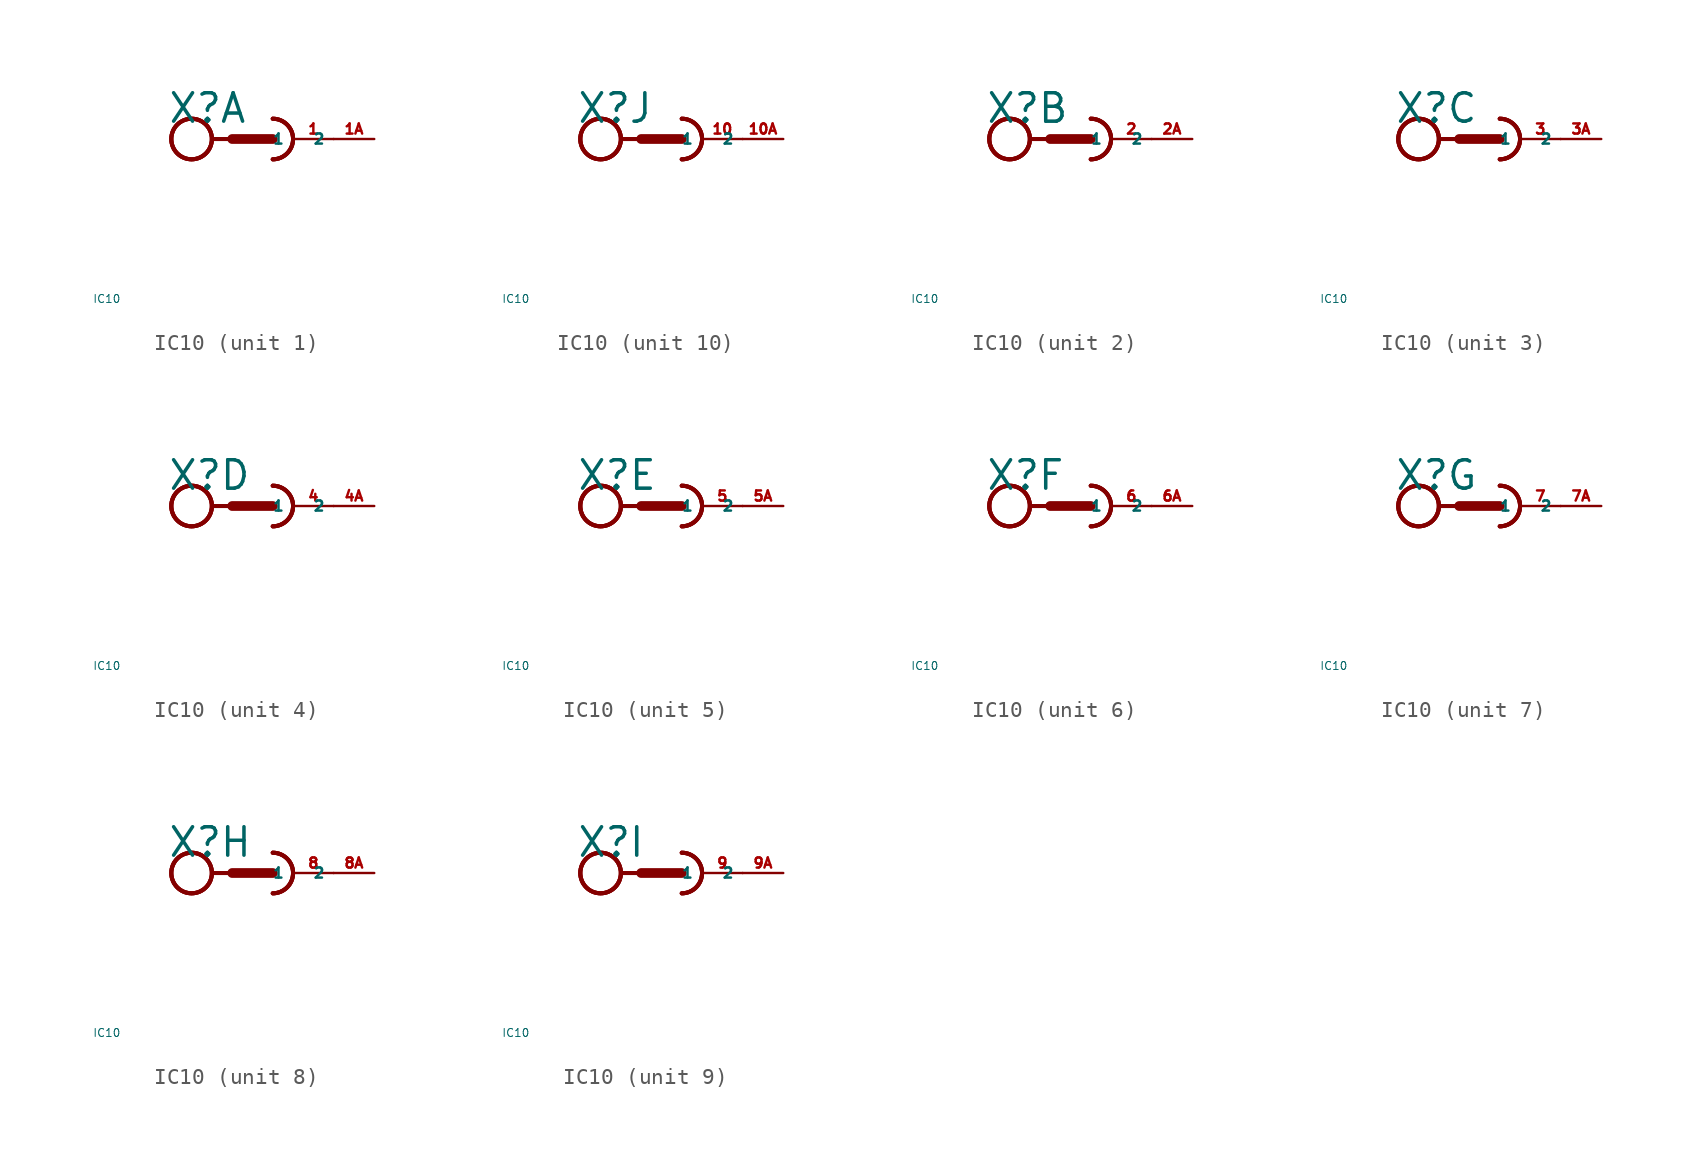
<source format=kicad_sym>
(kicad_symbol_lib
  (version 20220914)
  (generator Eagle2Kicad)
  (symbol "IC10"
    (property "Reference" "X"
      (at -5.334 0.889 0)
      (effects (font (size 1.778 1.778) (thickness 0.22)) (justify left bottom)))
    (property "Value" "IC10"
      (at -10 -10 0)
      (effects (font (size 0.5 0.5) (thickness 0.06)) (justify left)))
    (symbol "IC10_1_0"
      (arc (start 1.27 -1.27) (mid 2.540 0.000) (end 1.27 1.27) (stroke (width 0.254) (type default)) (fill (type none)))
      (arc (start 1.27 -1.27) (mid 2.540 0.000) (end 1.27 1.27) (stroke (width 0.254) (type default)) (fill (type none)))
      (polyline (pts (xy -2.54 0) (xy -1.27 0)) (stroke (width 0.254) (type default)) (fill (type none)))
      (polyline (pts (xy -1.27 0) (xy 1.27 0)) (stroke (width 0.61) (type default)) (fill (type none)))
      (arc (start 1.27 -1.27) (mid 2.540 0.000) (end 1.27 1.27) (stroke (width 0.254) (type default)) (fill (type none)))
      (circle (center -3.81 0) (radius 1.27) (stroke (width 0.254) (type default)) (fill (type none)))
      (circle (center -3.81 0) (radius 1.27) (stroke (width 0.254) (type default)) (fill (type none)))
      (circle (center -3.81 0) (radius 1.27) (stroke (width 0.254) (type default)) (fill (type none)))
      (pin passive line (at 5.08 0 180) (length 2.54) (name "1" (effects (font (size 0.635 0.635) (thickness 0.08)) (justify left bottom))) (number "1" (effects (font (size 0.635 0.635) (thickness 0.08)) (justify left bottom))))
      (pin passive line (at 7.62 0 180) (length 2.54) (name "2" (effects (font (size 0.635 0.635) (thickness 0.08)) (justify left bottom))) (number "1A" (effects (font (size 0.635 0.635) (thickness 0.08)) (justify left bottom)))))
    (symbol "IC10_2_0"
      (arc (start 1.27 -1.27) (mid 2.540 0.000) (end 1.27 1.27) (stroke (width 0.254) (type default)) (fill (type none)))
      (arc (start 1.27 -1.27) (mid 2.540 0.000) (end 1.27 1.27) (stroke (width 0.254) (type default)) (fill (type none)))
      (polyline (pts (xy -2.54 0) (xy -1.27 0)) (stroke (width 0.254) (type default)) (fill (type none)))
      (polyline (pts (xy -1.27 0) (xy 1.27 0)) (stroke (width 0.61) (type default)) (fill (type none)))
      (arc (start 1.27 -1.27) (mid 2.540 0.000) (end 1.27 1.27) (stroke (width 0.254) (type default)) (fill (type none)))
      (circle (center -3.81 0) (radius 1.27) (stroke (width 0.254) (type default)) (fill (type none)))
      (circle (center -3.81 0) (radius 1.27) (stroke (width 0.254) (type default)) (fill (type none)))
      (circle (center -3.81 0) (radius 1.27) (stroke (width 0.254) (type default)) (fill (type none)))
      (pin passive line (at 5.08 0 180) (length 2.54) (name "1" (effects (font (size 0.635 0.635) (thickness 0.08)) (justify left bottom))) (number "2" (effects (font (size 0.635 0.635) (thickness 0.08)) (justify left bottom))))
      (pin passive line (at 7.62 0 180) (length 2.54) (name "2" (effects (font (size 0.635 0.635) (thickness 0.08)) (justify left bottom))) (number "2A" (effects (font (size 0.635 0.635) (thickness 0.08)) (justify left bottom)))))
    (symbol "IC10_3_0"
      (arc (start 1.27 -1.27) (mid 2.540 0.000) (end 1.27 1.27) (stroke (width 0.254) (type default)) (fill (type none)))
      (arc (start 1.27 -1.27) (mid 2.540 0.000) (end 1.27 1.27) (stroke (width 0.254) (type default)) (fill (type none)))
      (polyline (pts (xy -2.54 0) (xy -1.27 0)) (stroke (width 0.254) (type default)) (fill (type none)))
      (polyline (pts (xy -1.27 0) (xy 1.27 0)) (stroke (width 0.61) (type default)) (fill (type none)))
      (arc (start 1.27 -1.27) (mid 2.540 0.000) (end 1.27 1.27) (stroke (width 0.254) (type default)) (fill (type none)))
      (circle (center -3.81 0) (radius 1.27) (stroke (width 0.254) (type default)) (fill (type none)))
      (circle (center -3.81 0) (radius 1.27) (stroke (width 0.254) (type default)) (fill (type none)))
      (circle (center -3.81 0) (radius 1.27) (stroke (width 0.254) (type default)) (fill (type none)))
      (pin passive line (at 5.08 0 180) (length 2.54) (name "1" (effects (font (size 0.635 0.635) (thickness 0.08)) (justify left bottom))) (number "3" (effects (font (size 0.635 0.635) (thickness 0.08)) (justify left bottom))))
      (pin passive line (at 7.62 0 180) (length 2.54) (name "2" (effects (font (size 0.635 0.635) (thickness 0.08)) (justify left bottom))) (number "3A" (effects (font (size 0.635 0.635) (thickness 0.08)) (justify left bottom)))))
    (symbol "IC10_4_0"
      (arc (start 1.27 -1.27) (mid 2.540 0.000) (end 1.27 1.27) (stroke (width 0.254) (type default)) (fill (type none)))
      (arc (start 1.27 -1.27) (mid 2.540 0.000) (end 1.27 1.27) (stroke (width 0.254) (type default)) (fill (type none)))
      (polyline (pts (xy -2.54 0) (xy -1.27 0)) (stroke (width 0.254) (type default)) (fill (type none)))
      (polyline (pts (xy -1.27 0) (xy 1.27 0)) (stroke (width 0.61) (type default)) (fill (type none)))
      (arc (start 1.27 -1.27) (mid 2.540 0.000) (end 1.27 1.27) (stroke (width 0.254) (type default)) (fill (type none)))
      (circle (center -3.81 0) (radius 1.27) (stroke (width 0.254) (type default)) (fill (type none)))
      (circle (center -3.81 0) (radius 1.27) (stroke (width 0.254) (type default)) (fill (type none)))
      (circle (center -3.81 0) (radius 1.27) (stroke (width 0.254) (type default)) (fill (type none)))
      (pin passive line (at 5.08 0 180) (length 2.54) (name "1" (effects (font (size 0.635 0.635) (thickness 0.08)) (justify left bottom))) (number "4" (effects (font (size 0.635 0.635) (thickness 0.08)) (justify left bottom))))
      (pin passive line (at 7.62 0 180) (length 2.54) (name "2" (effects (font (size 0.635 0.635) (thickness 0.08)) (justify left bottom))) (number "4A" (effects (font (size 0.635 0.635) (thickness 0.08)) (justify left bottom)))))
    (symbol "IC10_5_0"
      (arc (start 1.27 -1.27) (mid 2.540 0.000) (end 1.27 1.27) (stroke (width 0.254) (type default)) (fill (type none)))
      (arc (start 1.27 -1.27) (mid 2.540 0.000) (end 1.27 1.27) (stroke (width 0.254) (type default)) (fill (type none)))
      (polyline (pts (xy -2.54 0) (xy -1.27 0)) (stroke (width 0.254) (type default)) (fill (type none)))
      (polyline (pts (xy -1.27 0) (xy 1.27 0)) (stroke (width 0.61) (type default)) (fill (type none)))
      (arc (start 1.27 -1.27) (mid 2.540 0.000) (end 1.27 1.27) (stroke (width 0.254) (type default)) (fill (type none)))
      (circle (center -3.81 0) (radius 1.27) (stroke (width 0.254) (type default)) (fill (type none)))
      (circle (center -3.81 0) (radius 1.27) (stroke (width 0.254) (type default)) (fill (type none)))
      (circle (center -3.81 0) (radius 1.27) (stroke (width 0.254) (type default)) (fill (type none)))
      (pin passive line (at 5.08 0 180) (length 2.54) (name "1" (effects (font (size 0.635 0.635) (thickness 0.08)) (justify left bottom))) (number "5" (effects (font (size 0.635 0.635) (thickness 0.08)) (justify left bottom))))
      (pin passive line (at 7.62 0 180) (length 2.54) (name "2" (effects (font (size 0.635 0.635) (thickness 0.08)) (justify left bottom))) (number "5A" (effects (font (size 0.635 0.635) (thickness 0.08)) (justify left bottom)))))
    (symbol "IC10_6_0"
      (arc (start 1.27 -1.27) (mid 2.540 0.000) (end 1.27 1.27) (stroke (width 0.254) (type default)) (fill (type none)))
      (arc (start 1.27 -1.27) (mid 2.540 0.000) (end 1.27 1.27) (stroke (width 0.254) (type default)) (fill (type none)))
      (polyline (pts (xy -2.54 0) (xy -1.27 0)) (stroke (width 0.254) (type default)) (fill (type none)))
      (polyline (pts (xy -1.27 0) (xy 1.27 0)) (stroke (width 0.61) (type default)) (fill (type none)))
      (arc (start 1.27 -1.27) (mid 2.540 0.000) (end 1.27 1.27) (stroke (width 0.254) (type default)) (fill (type none)))
      (circle (center -3.81 0) (radius 1.27) (stroke (width 0.254) (type default)) (fill (type none)))
      (circle (center -3.81 0) (radius 1.27) (stroke (width 0.254) (type default)) (fill (type none)))
      (circle (center -3.81 0) (radius 1.27) (stroke (width 0.254) (type default)) (fill (type none)))
      (pin passive line (at 5.08 0 180) (length 2.54) (name "1" (effects (font (size 0.635 0.635) (thickness 0.08)) (justify left bottom))) (number "6" (effects (font (size 0.635 0.635) (thickness 0.08)) (justify left bottom))))
      (pin passive line (at 7.62 0 180) (length 2.54) (name "2" (effects (font (size 0.635 0.635) (thickness 0.08)) (justify left bottom))) (number "6A" (effects (font (size 0.635 0.635) (thickness 0.08)) (justify left bottom)))))
    (symbol "IC10_7_0"
      (arc (start 1.27 -1.27) (mid 2.540 0.000) (end 1.27 1.27) (stroke (width 0.254) (type default)) (fill (type none)))
      (arc (start 1.27 -1.27) (mid 2.540 0.000) (end 1.27 1.27) (stroke (width 0.254) (type default)) (fill (type none)))
      (polyline (pts (xy -2.54 0) (xy -1.27 0)) (stroke (width 0.254) (type default)) (fill (type none)))
      (polyline (pts (xy -1.27 0) (xy 1.27 0)) (stroke (width 0.61) (type default)) (fill (type none)))
      (arc (start 1.27 -1.27) (mid 2.540 0.000) (end 1.27 1.27) (stroke (width 0.254) (type default)) (fill (type none)))
      (circle (center -3.81 0) (radius 1.27) (stroke (width 0.254) (type default)) (fill (type none)))
      (circle (center -3.81 0) (radius 1.27) (stroke (width 0.254) (type default)) (fill (type none)))
      (circle (center -3.81 0) (radius 1.27) (stroke (width 0.254) (type default)) (fill (type none)))
      (pin passive line (at 5.08 0 180) (length 2.54) (name "1" (effects (font (size 0.635 0.635) (thickness 0.08)) (justify left bottom))) (number "7" (effects (font (size 0.635 0.635) (thickness 0.08)) (justify left bottom))))
      (pin passive line (at 7.62 0 180) (length 2.54) (name "2" (effects (font (size 0.635 0.635) (thickness 0.08)) (justify left bottom))) (number "7A" (effects (font (size 0.635 0.635) (thickness 0.08)) (justify left bottom)))))
    (symbol "IC10_8_0"
      (arc (start 1.27 -1.27) (mid 2.540 0.000) (end 1.27 1.27) (stroke (width 0.254) (type default)) (fill (type none)))
      (arc (start 1.27 -1.27) (mid 2.540 0.000) (end 1.27 1.27) (stroke (width 0.254) (type default)) (fill (type none)))
      (polyline (pts (xy -2.54 0) (xy -1.27 0)) (stroke (width 0.254) (type default)) (fill (type none)))
      (polyline (pts (xy -1.27 0) (xy 1.27 0)) (stroke (width 0.61) (type default)) (fill (type none)))
      (arc (start 1.27 -1.27) (mid 2.540 0.000) (end 1.27 1.27) (stroke (width 0.254) (type default)) (fill (type none)))
      (circle (center -3.81 0) (radius 1.27) (stroke (width 0.254) (type default)) (fill (type none)))
      (circle (center -3.81 0) (radius 1.27) (stroke (width 0.254) (type default)) (fill (type none)))
      (circle (center -3.81 0) (radius 1.27) (stroke (width 0.254) (type default)) (fill (type none)))
      (pin passive line (at 5.08 0 180) (length 2.54) (name "1" (effects (font (size 0.635 0.635) (thickness 0.08)) (justify left bottom))) (number "8" (effects (font (size 0.635 0.635) (thickness 0.08)) (justify left bottom))))
      (pin passive line (at 7.62 0 180) (length 2.54) (name "2" (effects (font (size 0.635 0.635) (thickness 0.08)) (justify left bottom))) (number "8A" (effects (font (size 0.635 0.635) (thickness 0.08)) (justify left bottom)))))
    (symbol "IC10_9_0"
      (arc (start 1.27 -1.27) (mid 2.540 0.000) (end 1.27 1.27) (stroke (width 0.254) (type default)) (fill (type none)))
      (arc (start 1.27 -1.27) (mid 2.540 0.000) (end 1.27 1.27) (stroke (width 0.254) (type default)) (fill (type none)))
      (polyline (pts (xy -2.54 0) (xy -1.27 0)) (stroke (width 0.254) (type default)) (fill (type none)))
      (polyline (pts (xy -1.27 0) (xy 1.27 0)) (stroke (width 0.61) (type default)) (fill (type none)))
      (arc (start 1.27 -1.27) (mid 2.540 0.000) (end 1.27 1.27) (stroke (width 0.254) (type default)) (fill (type none)))
      (circle (center -3.81 0) (radius 1.27) (stroke (width 0.254) (type default)) (fill (type none)))
      (circle (center -3.81 0) (radius 1.27) (stroke (width 0.254) (type default)) (fill (type none)))
      (circle (center -3.81 0) (radius 1.27) (stroke (width 0.254) (type default)) (fill (type none)))
      (pin passive line (at 5.08 0 180) (length 2.54) (name "1" (effects (font (size 0.635 0.635) (thickness 0.08)) (justify left bottom))) (number "9" (effects (font (size 0.635 0.635) (thickness 0.08)) (justify left bottom))))
      (pin passive line (at 7.62 0 180) (length 2.54) (name "2" (effects (font (size 0.635 0.635) (thickness 0.08)) (justify left bottom))) (number "9A" (effects (font (size 0.635 0.635) (thickness 0.08)) (justify left bottom)))))
    (symbol "IC10_10_0"
      (arc (start 1.27 -1.27) (mid 2.540 0.000) (end 1.27 1.27) (stroke (width 0.254) (type default)) (fill (type none)))
      (arc (start 1.27 -1.27) (mid 2.540 0.000) (end 1.27 1.27) (stroke (width 0.254) (type default)) (fill (type none)))
      (polyline (pts (xy -2.54 0) (xy -1.27 0)) (stroke (width 0.254) (type default)) (fill (type none)))
      (polyline (pts (xy -1.27 0) (xy 1.27 0)) (stroke (width 0.61) (type default)) (fill (type none)))
      (arc (start 1.27 -1.27) (mid 2.540 0.000) (end 1.27 1.27) (stroke (width 0.254) (type default)) (fill (type none)))
      (circle (center -3.81 0) (radius 1.27) (stroke (width 0.254) (type default)) (fill (type none)))
      (circle (center -3.81 0) (radius 1.27) (stroke (width 0.254) (type default)) (fill (type none)))
      (circle (center -3.81 0) (radius 1.27) (stroke (width 0.254) (type default)) (fill (type none)))
      (pin passive line (at 5.08 0 180) (length 2.54) (name "1" (effects (font (size 0.635 0.635) (thickness 0.08)) (justify left bottom))) (number "10" (effects (font (size 0.635 0.635) (thickness 0.08)) (justify left bottom))))
      (pin passive line (at 7.62 0 180) (length 2.54) (name "2" (effects (font (size 0.635 0.635) (thickness 0.08)) (justify left bottom))) (number "10A" (effects (font (size 0.635 0.635) (thickness 0.08)) (justify left bottom)))))))
</source>
